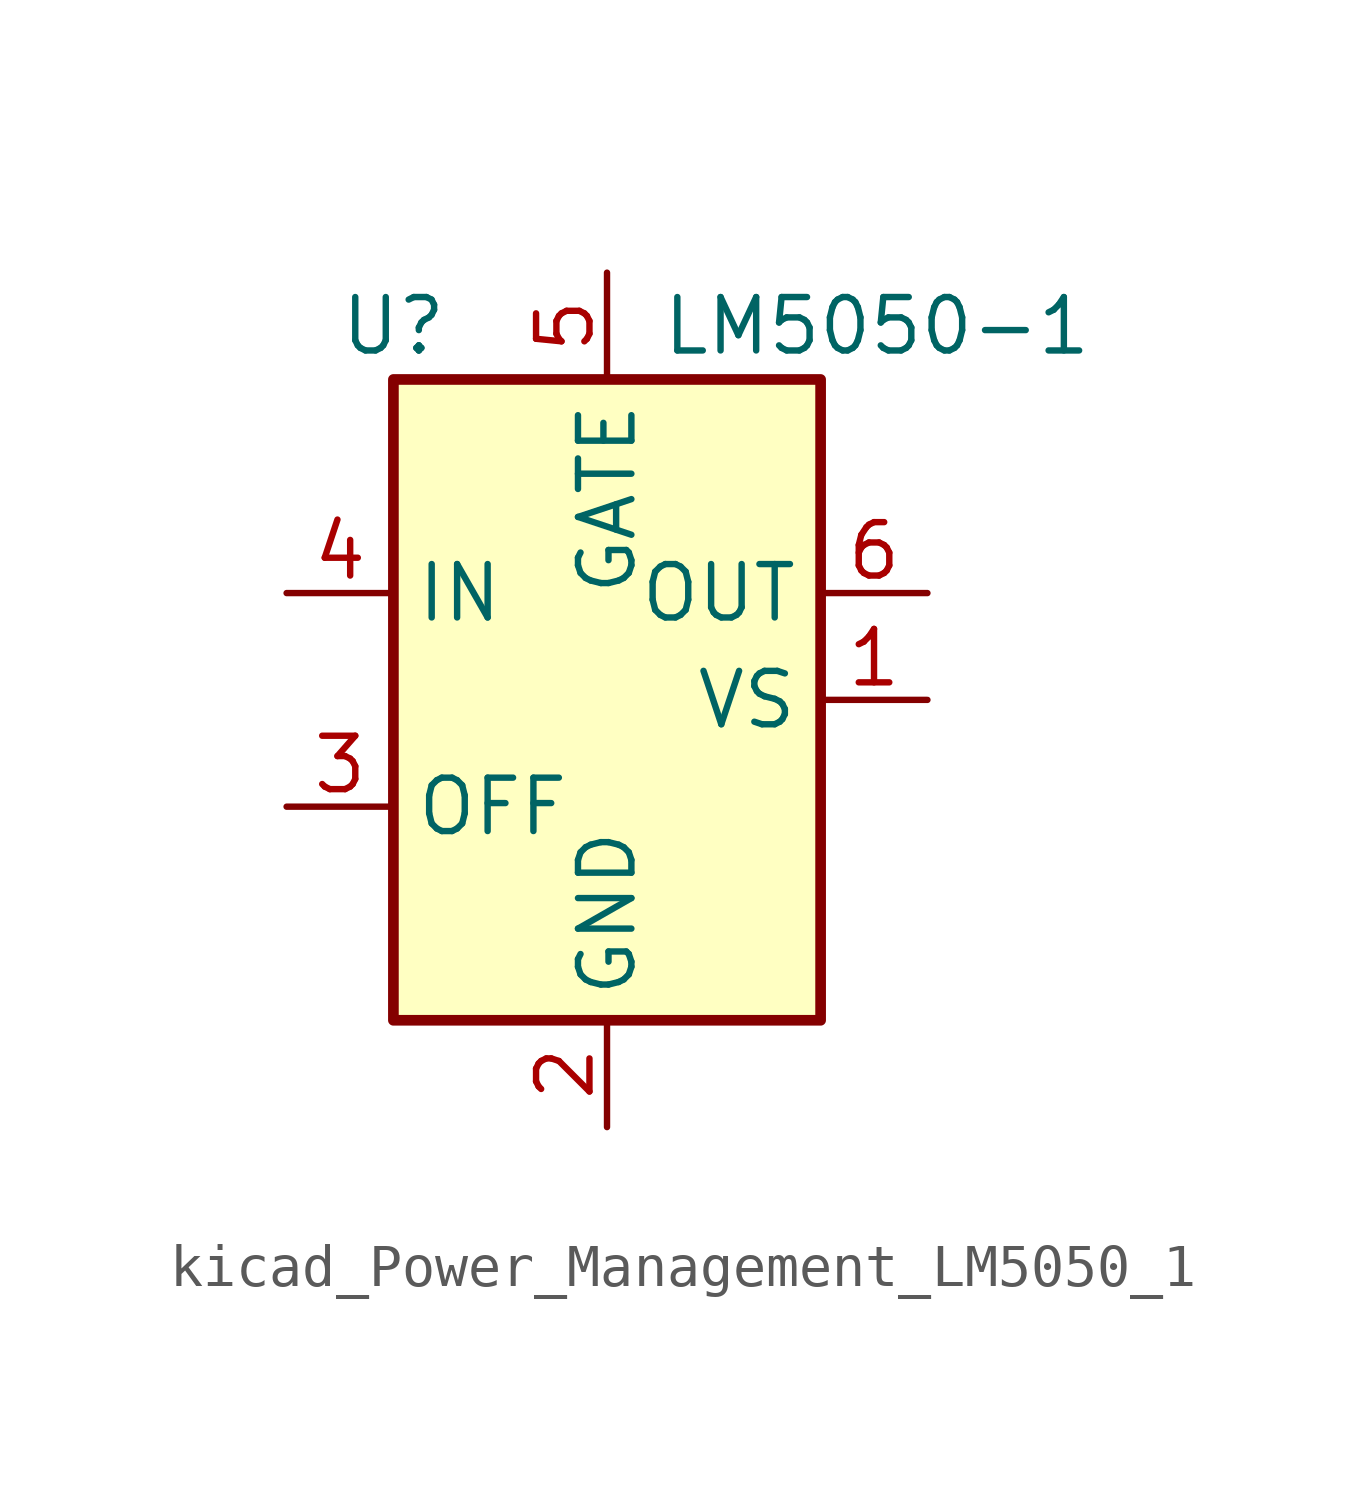
<source format=kicad_sym>
(kicad_symbol_lib
  (version 20220914)
  (generator kicad_symbol_editor)
  (symbol "kicad_Power_Management_LM5050_1"
    (property "Reference" "U"
      (at -5.08 8.89 0)
      (effects (font (size 1.27 1.27))))
    (property "Value" "LM5050-1"
      (at 1.27 8.89 0)
      (effects (font (size 1.27 1.27)) (justify left)))
    (symbol "kicad_Power_Management_LM5050_1_0_1"
      (rectangle (start -5.08 7.62) (end 5.08 -7.62) (stroke (width 0.254) (type default)) (fill (type background))))
    (symbol "kicad_Power_Management_LM5050_1_1_1"
      (pin passive line (at 7.62 0 180) (length 2.54) (name "VS" (effects (font (size 1.27 1.27)))) (number "1" (effects (font (size 1.27 1.27)))))
      (pin power_in line (at 0 -10.16 90) (length 2.54) (name "GND" (effects (font (size 1.27 1.27)))) (number "2" (effects (font (size 1.27 1.27)))))
      (pin input line (at -7.62 -2.54 0) (length 2.54) (name "OFF" (effects (font (size 1.27 1.27)))) (number "3" (effects (font (size 1.27 1.27)))))
      (pin input line (at -7.62 2.54 0) (length 2.54) (name "IN" (effects (font (size 1.27 1.27)))) (number "4" (effects (font (size 1.27 1.27)))))
      (pin output line (at 0 10.16 270) (length 2.54) (name "GATE" (effects (font (size 1.27 1.27)))) (number "5" (effects (font (size 1.27 1.27)))))
      (pin input line (at 7.62 2.54 180) (length 2.54) (name "OUT" (effects (font (size 1.27 1.27)))) (number "6" (effects (font (size 1.27 1.27))))))))
</source>
